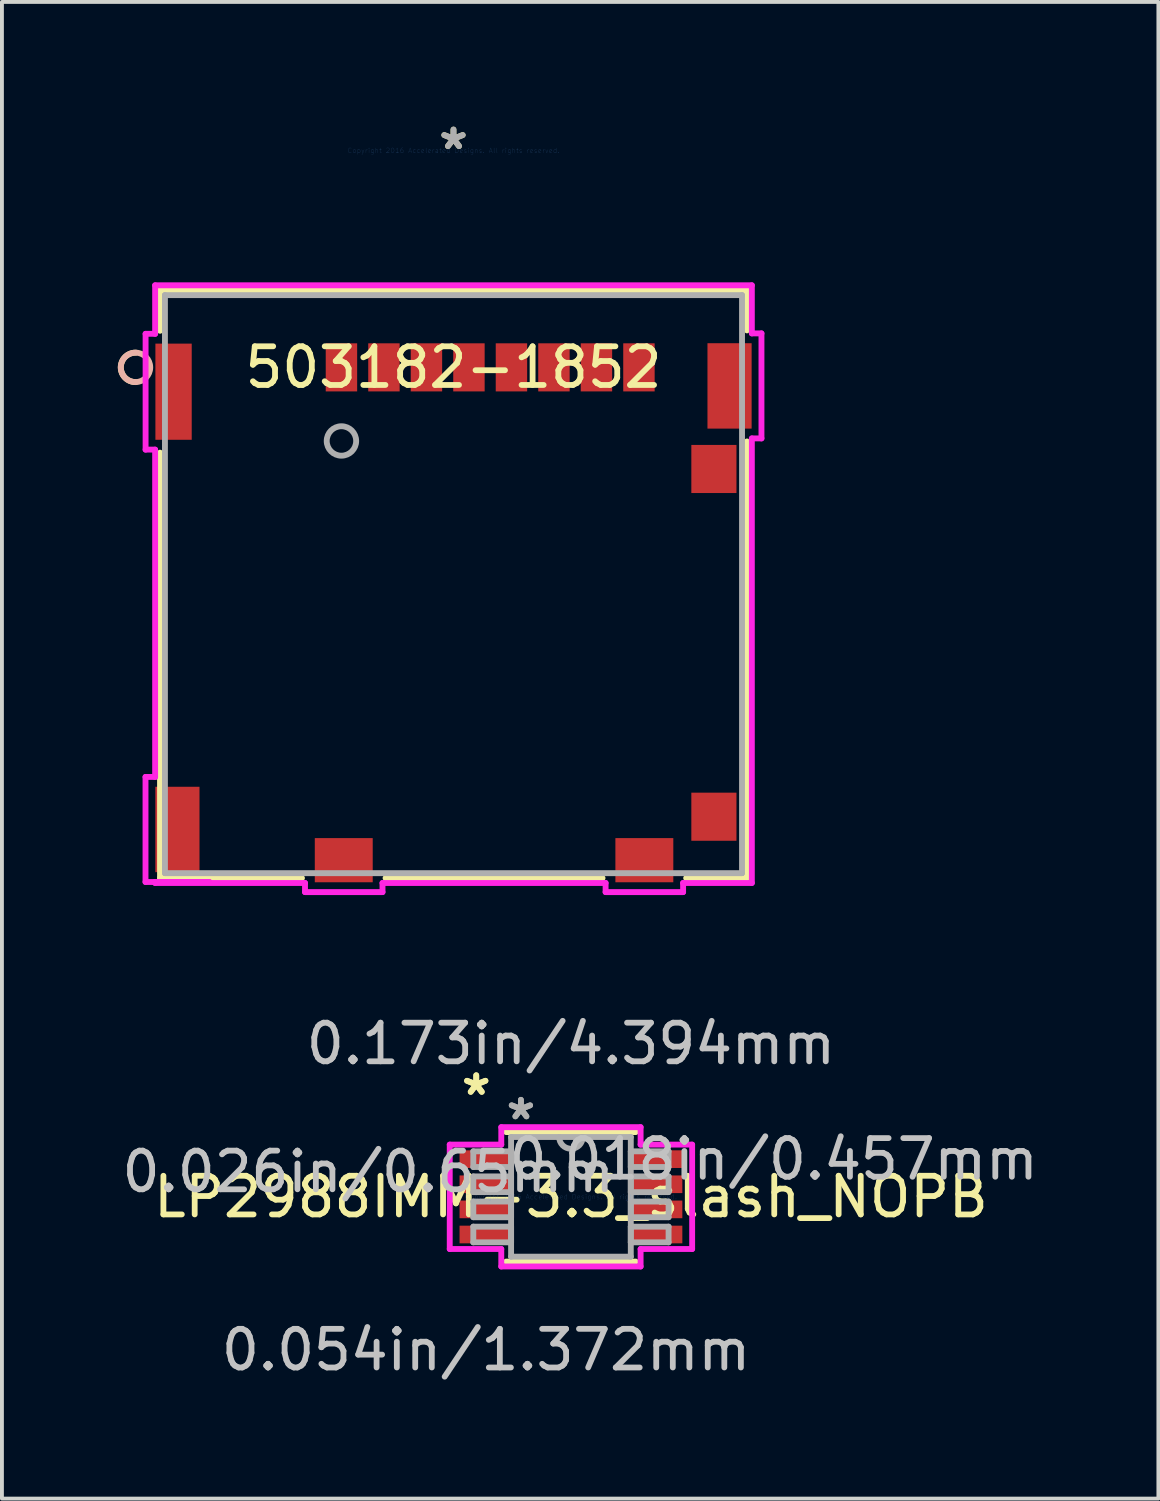
<source format=kicad_pcb>
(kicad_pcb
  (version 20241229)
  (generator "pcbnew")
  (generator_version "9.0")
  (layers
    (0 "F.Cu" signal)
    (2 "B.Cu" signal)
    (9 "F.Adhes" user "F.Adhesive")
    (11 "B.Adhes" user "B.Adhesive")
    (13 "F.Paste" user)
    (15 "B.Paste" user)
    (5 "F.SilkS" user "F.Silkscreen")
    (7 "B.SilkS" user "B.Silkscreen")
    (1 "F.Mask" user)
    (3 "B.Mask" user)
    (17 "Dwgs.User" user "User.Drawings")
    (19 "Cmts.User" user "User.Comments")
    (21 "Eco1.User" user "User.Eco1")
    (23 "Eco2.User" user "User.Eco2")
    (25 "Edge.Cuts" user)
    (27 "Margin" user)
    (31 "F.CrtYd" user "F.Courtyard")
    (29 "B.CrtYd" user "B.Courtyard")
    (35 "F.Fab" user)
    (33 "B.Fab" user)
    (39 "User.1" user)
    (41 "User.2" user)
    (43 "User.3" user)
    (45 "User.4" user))
  (footprint "LP2988IMM-3.3_slash_NOPB"
    (layer "F.Cu")
    (at 11.727 27.926)
    (property "Reference" "LP2988IMM-3.3_slash_NOPB" (at 0 0 0) (layer "F.SilkS") (effects (font (size 1 1) (thickness 0.15))))
    (attr through_hole)
    (fp_line (start -1.676 1.676) (end 1.676 1.676) (stroke (width 0.152) (type solid)) (layer "F.SilkS"))
    (fp_line (start 1.676 -1.676) (end -1.676 -1.676) (stroke (width 0.152) (type solid)) (layer "F.SilkS"))
    (fp_line (start -3.137 -1.351) (end -1.803 -1.351) (stroke (width 0.152) (type solid)) (layer "F.CrtYd"))
    (fp_line (start -3.137 1.351) (end -3.137 -1.351) (stroke (width 0.152) (type solid)) (layer "F.CrtYd"))
    (fp_line (start -1.803 -1.803) (end 1.803 -1.803) (stroke (width 0.152) (type solid)) (layer "F.CrtYd"))
    (fp_line (start -1.803 -1.351) (end -1.803 -1.803) (stroke (width 0.152) (type solid)) (layer "F.CrtYd"))
    (fp_line (start -1.803 1.351) (end -3.137 1.351) (stroke (width 0.152) (type solid)) (layer "F.CrtYd"))
    (fp_line (start -1.803 1.803) (end -1.803 1.351) (stroke (width 0.152) (type solid)) (layer "F.CrtYd"))
    (fp_line (start 1.803 -1.803) (end 1.803 -1.351) (stroke (width 0.152) (type solid)) (layer "F.CrtYd"))
    (fp_line (start 1.803 -1.351) (end 3.137 -1.351) (stroke (width 0.152) (type solid)) (layer "F.CrtYd"))
    (fp_line (start 1.803 1.351) (end 1.803 1.803) (stroke (width 0.152) (type solid)) (layer "F.CrtYd"))
    (fp_line (start 1.803 1.803) (end -1.803 1.803) (stroke (width 0.152) (type solid)) (layer "F.CrtYd"))
    (fp_line (start 3.137 -1.351) (end 3.137 1.351) (stroke (width 0.152) (type solid)) (layer "F.CrtYd"))
    (fp_line (start 3.137 1.351) (end 1.803 1.351) (stroke (width 0.152) (type solid)) (layer "F.CrtYd"))
    (fp_line (start -2.527 -1.178) (end -2.527 -0.772) (stroke (width 0.152) (type solid)) (layer "F.Fab"))
    (fp_line (start -2.527 -0.772) (end -1.549 -0.772) (stroke (width 0.152) (type solid)) (layer "F.Fab"))
    (fp_line (start -2.527 -0.528) (end -2.527 -0.122) (stroke (width 0.152) (type solid)) (layer "F.Fab"))
    (fp_line (start -2.527 -0.122) (end -1.549 -0.122) (stroke (width 0.152) (type solid)) (layer "F.Fab"))
    (fp_line (start -2.527 0.122) (end -2.527 0.528) (stroke (width 0.152) (type solid)) (layer "F.Fab"))
    (fp_line (start -2.527 0.528) (end -1.549 0.528) (stroke (width 0.152) (type solid)) (layer "F.Fab"))
    (fp_line (start -2.527 0.772) (end -2.527 1.178) (stroke (width 0.152) (type solid)) (layer "F.Fab"))
    (fp_line (start -2.527 1.178) (end -1.549 1.178) (stroke (width 0.152) (type solid)) (layer "F.Fab"))
    (fp_line (start -1.549 -1.549) (end -1.549 1.549) (stroke (width 0.152) (type solid)) (layer "F.Fab"))
    (fp_line (start -1.549 -1.178) (end -2.527 -1.178) (stroke (width 0.152) (type solid)) (layer "F.Fab"))
    (fp_line (start -1.549 -0.772) (end -1.549 -1.178) (stroke (width 0.152) (type solid)) (layer "F.Fab"))
    (fp_line (start -1.549 -0.528) (end -2.527 -0.528) (stroke (width 0.152) (type solid)) (layer "F.Fab"))
    (fp_line (start -1.549 -0.122) (end -1.549 -0.528) (stroke (width 0.152) (type solid)) (layer "F.Fab"))
    (fp_line (start -1.549 0.122) (end -2.527 0.122) (stroke (width 0.152) (type solid)) (layer "F.Fab"))
    (fp_line (start -1.549 0.528) (end -1.549 0.122) (stroke (width 0.152) (type solid)) (layer "F.Fab"))
    (fp_line (start -1.549 0.772) (end -2.527 0.772) (stroke (width 0.152) (type solid)) (layer "F.Fab"))
    (fp_line (start -1.549 1.178) (end -1.549 0.772) (stroke (width 0.152) (type solid)) (layer "F.Fab"))
    (fp_line (start -1.549 1.549) (end 1.549 1.549) (stroke (width 0.152) (type solid)) (layer "F.Fab"))
    (fp_line (start 1.549 -1.549) (end -1.549 -1.549) (stroke (width 0.152) (type solid)) (layer "F.Fab"))
    (fp_line (start 1.549 -1.178) (end 1.549 -0.772) (stroke (width 0.152) (type solid)) (layer "F.Fab"))
    (fp_line (start 1.549 -0.772) (end 2.527 -0.772) (stroke (width 0.152) (type solid)) (layer "F.Fab"))
    (fp_line (start 1.549 -0.528) (end 1.549 -0.122) (stroke (width 0.152) (type solid)) (layer "F.Fab"))
    (fp_line (start 1.549 -0.122) (end 2.527 -0.122) (stroke (width 0.152) (type solid)) (layer "F.Fab"))
    (fp_line (start 1.549 0.122) (end 1.549 0.528) (stroke (width 0.152) (type solid)) (layer "F.Fab"))
    (fp_line (start 1.549 0.528) (end 2.527 0.528) (stroke (width 0.152) (type solid)) (layer "F.Fab"))
    (fp_line (start 1.549 0.772) (end 1.549 1.178) (stroke (width 0.152) (type solid)) (layer "F.Fab"))
    (fp_line (start 1.549 1.178) (end 2.527 1.178) (stroke (width 0.152) (type solid)) (layer "F.Fab"))
    (fp_line (start 1.549 1.549) (end 1.549 -1.549) (stroke (width 0.152) (type solid)) (layer "F.Fab"))
    (fp_line (start 2.527 -1.178) (end 1.549 -1.178) (stroke (width 0.152) (type solid)) (layer "F.Fab"))
    (fp_line (start 2.527 -0.772) (end 2.527 -1.178) (stroke (width 0.152) (type solid)) (layer "F.Fab"))
    (fp_line (start 2.527 -0.528) (end 1.549 -0.528) (stroke (width 0.152) (type solid)) (layer "F.Fab"))
    (fp_line (start 2.527 -0.122) (end 2.527 -0.528) (stroke (width 0.152) (type solid)) (layer "F.Fab"))
    (fp_line (start 2.527 0.122) (end 1.549 0.122) (stroke (width 0.152) (type solid)) (layer "F.Fab"))
    (fp_line (start 2.527 0.528) (end 2.527 0.122) (stroke (width 0.152) (type solid)) (layer "F.Fab"))
    (fp_line (start 2.527 0.772) (end 1.549 0.772) (stroke (width 0.152) (type solid)) (layer "F.Fab"))
    (fp_line (start 2.527 1.178) (end 2.527 0.772) (stroke (width 0.152) (type solid)) (layer "F.Fab"))
    (fp_arc (start 0.3048 -1.5494) (mid 0 -1.2446) (end -0.3048 -1.5494) (stroke (width 0.1524) (type solid)) (layer "F.Fab"))
    (fp_text user "*" (at -2.451 -2.601 0) (layer "F.SilkS") (effects (font (size 1 1) (thickness 0.15))))
    (fp_text user "*" (at -2.451 -2.601 0) (layer "F.SilkS") (effects (font (size 1 1) (thickness 0.15))))
    (fp_text user "0.054in/1.372mm" (at -2.197 3.962 0) (layer "Dwgs.User") (effects (font (size 1 1) (thickness 0.15))))
    (fp_text user "0.026in/0.65mm" (at -5.245 -0.65 0) (layer "Dwgs.User") (effects (font (size 1 1) (thickness 0.15))))
    (fp_text user "0.018in/0.457mm" (at 5.245 -0.975 0) (layer "Dwgs.User") (effects (font (size 1 1) (thickness 0.15))))
    (fp_text user "0.173in/4.394mm" (at 0 -3.962 0) (layer "Dwgs.User") (effects (font (size 1 1) (thickness 0.15))))
    (fp_text user "Copyright 2016 Accelerated Designs. All rights reserved." (at 0 0 0) (layer "Cmts.User") (effects (font (size 0.127 0.127) (thickness 0.002))))
    (fp_text user "*" (at -1.295 -1.966 0) (layer "F.Fab") (effects (font (size 1 1) (thickness 0.15))))
    (fp_text user "*" (at -1.295 -1.966 0) (layer "F.Fab") (effects (font (size 1 1) (thickness 0.15))))
    (pad "1" smd rect (at -2.197 -0.975) (size 1.372 0.457) (layers "F.Cu" "F.Mask" "F.Paste"))
    (pad "2" smd rect (at -2.197 -0.325) (size 1.372 0.457) (layers "F.Cu" "F.Mask" "F.Paste"))
    (pad "3" smd rect (at -2.197 0.325) (size 1.372 0.457) (layers "F.Cu" "F.Mask" "F.Paste"))
    (pad "4" smd rect (at -2.197 0.975) (size 1.372 0.457) (layers "F.Cu" "F.Mask" "F.Paste"))
    (pad "5" smd rect (at 2.197 0.975) (size 1.372 0.457) (layers "F.Cu" "F.Mask" "F.Paste"))
    (pad "6" smd rect (at 2.197 0.325) (size 1.372 0.457) (layers "F.Cu" "F.Mask" "F.Paste"))
    (pad "7" smd rect (at 2.197 -0.325) (size 1.372 0.457) (layers "F.Cu" "F.Mask" "F.Paste"))
    (pad "8" smd rect (at 2.197 -0.975) (size 1.372 0.457) (layers "F.Cu" "F.Mask" "F.Paste")))
  (footprint "503182-1852"
    (layer "F.Cu")
    (at 8.687 0.848)
    (property "Reference" "503182-1852" (at 0 5.61 0) (layer "F.SilkS") (effects (font (size 1 1) (thickness 0.15))))
    (attr through_hole)
    (fp_line (start -7.595 3.613) (end -7.595 4.663) (stroke (width 0.152) (type solid)) (layer "F.SilkS"))
    (fp_line (start -7.595 7.818) (end -7.595 18.828) (stroke (width 0.152) (type solid)) (layer "F.SilkS"))
    (fp_line (start -7.595 18.828) (end -3.922 18.828) (stroke (width 0.152) (type solid)) (layer "F.SilkS"))
    (fp_line (start -1.758 18.828) (end 3.858 18.828) (stroke (width 0.152) (type solid)) (layer "F.SilkS"))
    (fp_line (start 6.022 18.828) (end 7.595 18.828) (stroke (width 0.152) (type solid)) (layer "F.SilkS"))
    (fp_line (start 7.595 3.613) (end -7.595 3.613) (stroke (width 0.152) (type solid)) (layer "F.SilkS"))
    (fp_line (start 7.595 4.653) (end 7.595 3.613) (stroke (width 0.152) (type solid)) (layer "F.SilkS"))
    (fp_line (start 7.595 18.828) (end 7.595 7.528) (stroke (width 0.152) (type solid)) (layer "F.SilkS"))
    (fp_arc (start -8.2296 5.991299) (mid -8.610577 5.606139) (end -8.22128 5.22939) (stroke (width 0.1524) (type solid)) (layer "F.SilkS"))
    (fp_circle (center -8.23 5.61) (end -7.849 5.61) (stroke (width 0.152) (type solid)) (fill no) (layer "B.SilkS"))
    (fp_line (start -7.971 16.211) (end -7.971 18.929) (stroke (width 0.152) (type solid)) (layer "F.CrtYd"))
    (fp_line (start -7.971 18.929) (end -6.32 18.929) (stroke (width 0.152) (type solid)) (layer "F.CrtYd"))
    (fp_line (start -7.969 4.742) (end -7.969 7.739) (stroke (width 0.152) (type solid)) (layer "F.CrtYd"))
    (fp_line (start -7.969 7.739) (end -7.722 7.739) (stroke (width 0.152) (type solid)) (layer "F.CrtYd"))
    (fp_line (start -7.722 3.486) (end -7.722 4.742) (stroke (width 0.152) (type solid)) (layer "F.CrtYd"))
    (fp_line (start -7.722 4.742) (end -7.969 4.742) (stroke (width 0.152) (type solid)) (layer "F.CrtYd"))
    (fp_line (start -7.722 7.739) (end -7.722 16.211) (stroke (width 0.152) (type solid)) (layer "F.CrtYd"))
    (fp_line (start -7.722 16.211) (end -7.971 16.211) (stroke (width 0.152) (type solid)) (layer "F.CrtYd"))
    (fp_line (start -7.722 18.929) (end -7.722 18.955) (stroke (width 0.152) (type solid)) (layer "F.CrtYd"))
    (fp_line (start -7.722 18.955) (end -3.843 18.955) (stroke (width 0.152) (type solid)) (layer "F.CrtYd"))
    (fp_line (start -6.32 18.929) (end -7.722 18.929) (stroke (width 0.152) (type solid)) (layer "F.CrtYd"))
    (fp_line (start -3.843 18.955) (end -3.843 19.191) (stroke (width 0.152) (type solid)) (layer "F.CrtYd"))
    (fp_line (start -3.843 19.191) (end -1.837 19.191) (stroke (width 0.152) (type solid)) (layer "F.CrtYd"))
    (fp_line (start -1.837 18.955) (end 3.937 18.955) (stroke (width 0.152) (type solid)) (layer "F.CrtYd"))
    (fp_line (start -1.837 19.191) (end -1.837 18.955) (stroke (width 0.152) (type solid)) (layer "F.CrtYd"))
    (fp_line (start 3.937 18.955) (end 3.937 19.191) (stroke (width 0.152) (type solid)) (layer "F.CrtYd"))
    (fp_line (start 3.937 19.191) (end 5.943 19.191) (stroke (width 0.152) (type solid)) (layer "F.CrtYd"))
    (fp_line (start 5.943 18.955) (end 7.722 18.955) (stroke (width 0.152) (type solid)) (layer "F.CrtYd"))
    (fp_line (start 5.943 19.191) (end 5.943 18.955) (stroke (width 0.152) (type solid)) (layer "F.CrtYd"))
    (fp_line (start 7.722 3.486) (end -7.722 3.486) (stroke (width 0.152) (type solid)) (layer "F.CrtYd"))
    (fp_line (start 7.722 4.731) (end 7.722 3.486) (stroke (width 0.152) (type solid)) (layer "F.CrtYd"))
    (fp_line (start 7.722 7.449) (end 7.971 7.449) (stroke (width 0.152) (type solid)) (layer "F.CrtYd"))
    (fp_line (start 7.722 18.955) (end 7.722 7.449) (stroke (width 0.152) (type solid)) (layer "F.CrtYd"))
    (fp_line (start 7.971 4.731) (end 7.722 4.731) (stroke (width 0.152) (type solid)) (layer "F.CrtYd"))
    (fp_line (start 7.971 7.449) (end 7.971 4.731) (stroke (width 0.152) (type solid)) (layer "F.CrtYd"))
    (fp_line (start -7.468 3.74) (end -7.468 18.701) (stroke (width 0.152) (type solid)) (layer "F.Fab"))
    (fp_line (start -7.468 18.701) (end 7.468 18.701) (stroke (width 0.152) (type solid)) (layer "F.Fab"))
    (fp_line (start 7.468 3.74) (end -7.468 3.74) (stroke (width 0.152) (type solid)) (layer "F.Fab"))
    (fp_line (start 7.468 18.701) (end 7.468 3.74) (stroke (width 0.152) (type solid)) (layer "F.Fab"))
    (fp_circle (center -2.9 7.515) (end -2.519 7.515) (stroke (width 0.152) (type solid)) (fill no) (layer "F.Fab"))
    (fp_text user "*" (at 0 0 0) (layer "F.SilkS") (effects (font (size 1 1) (thickness 0.15))))
    (fp_text user "Copyright 2016 Accelerated Designs. All rights reserved." (at 0 0 0) (layer "Cmts.User") (effects (font (size 0.127 0.127) (thickness 0.002))))
    (fp_text user "*" (at 0 0 0) (layer "F.Fab") (effects (font (size 1 1) (thickness 0.15))))
    (pad "1" smd rect (at 4.8 5.61) (size 0.813 1.245) (layers "F.Cu" "F.Mask" "F.Paste"))
    (pad "2" smd rect (at 3.7 5.61) (size 0.813 1.245) (layers "F.Cu" "F.Mask" "F.Paste"))
    (pad "3" smd rect (at 2.6 5.61) (size 0.813 1.245) (layers "F.Cu" "F.Mask" "F.Paste"))
    (pad "4" smd rect (at 1.5 5.61) (size 0.813 1.245) (layers "F.Cu" "F.Mask" "F.Paste"))
    (pad "5" smd rect (at 0.4 5.61) (size 0.813 1.245) (layers "F.Cu" "F.Mask" "F.Paste"))
    (pad "6" smd rect (at -0.7 5.61) (size 0.813 1.245) (layers "F.Cu" "F.Mask" "F.Paste"))
    (pad "7" smd rect (at -1.8 5.61) (size 0.813 1.245) (layers "F.Cu" "F.Mask" "F.Paste"))
    (pad "8" smd rect (at -2.9 5.61) (size 0.813 1.245) (layers "F.Cu" "F.Mask" "F.Paste"))
    (pad "9" smd rect (at -2.84 18.365) (size 1.499 1.143) (layers "F.Cu" "F.Mask" "F.Paste"))
    (pad "10" smd rect (at 4.94 18.365) (size 1.499 1.143) (layers "F.Cu" "F.Mask" "F.Paste"))
    (pad "11" smd rect (at -7.245 6.24) (size 0.94 2.489) (layers "F.Cu" "F.Mask" "F.Paste"))
    (pad "12" smd rect (at 7.145 6.09) (size 1.143 2.21) (layers "F.Cu" "F.Mask" "F.Paste"))
    (pad "13" smd rect (at -7.145 17.57) (size 1.143 2.21) (layers "F.Cu" "F.Mask" "F.Paste"))
    (pad "14" smd rect (at 6.74 8.24) (size 1.168 1.245) (layers "F.Cu" "F.Mask" "F.Paste"))
    (pad "15" smd rect (at 6.74 17.24) (size 1.168 1.245) (layers "F.Cu" "F.Mask" "F.Paste")))
  (gr_rect
    (start -3 -3)
    (end 26.931 35.737)
    (stroke (width 0.1) (type default))
    (fill no)
    (layer "Edge.Cuts")))
</source>
